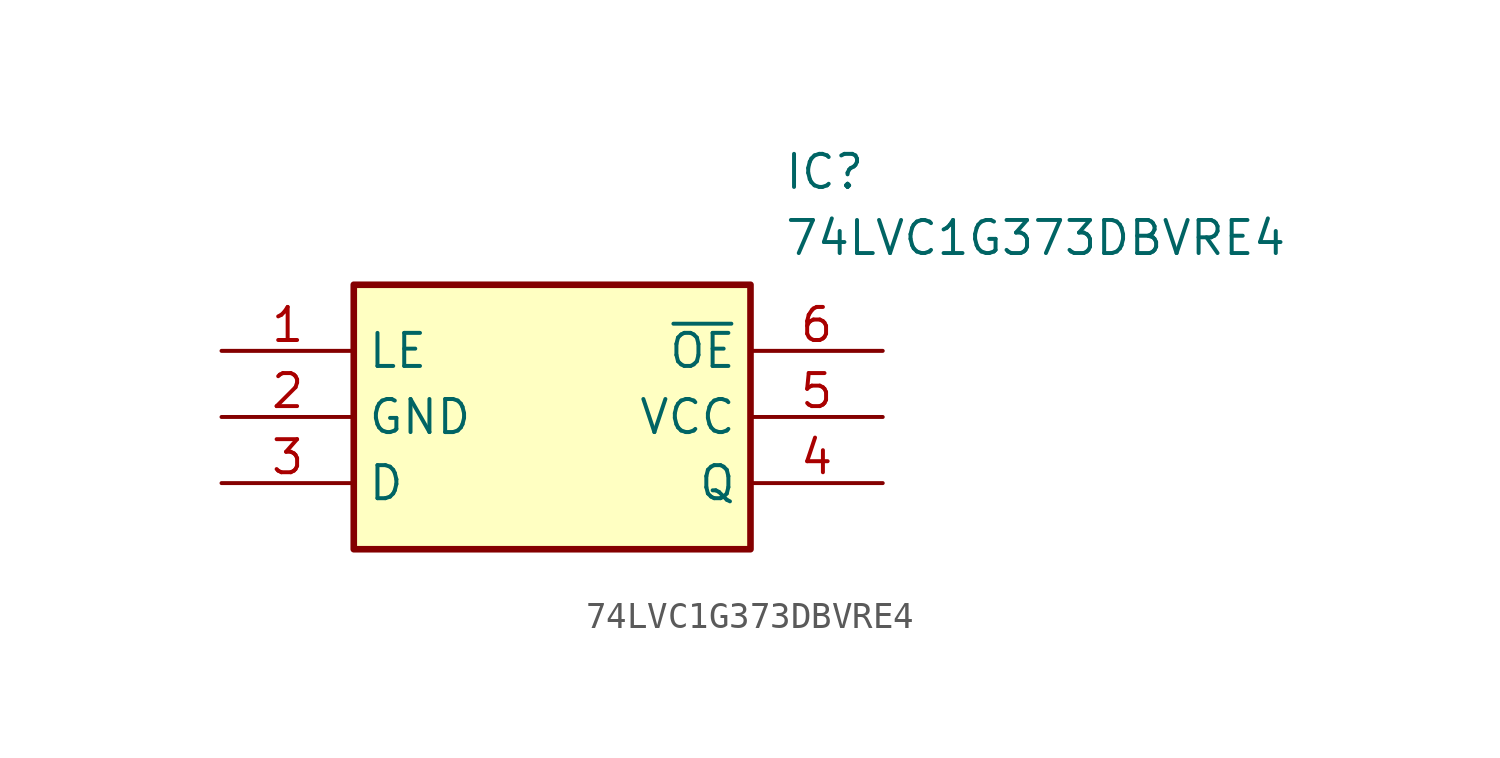
<source format=kicad_sym>
(kicad_symbol_lib
  (version 20211014)
  (generator SamacSys_ECAD_Model)
  (symbol "74LVC1G373DBVRE4"
    (property "Reference" "IC"
      (at 21.59 7.62 0)
      (effects (font (size 1.27 1.27)) (justify left top)))
    (property "Value" "74LVC1G373DBVRE4"
      (at 21.59 5.08 0)
      (effects (font (size 1.27 1.27)) (justify left top)))
    (rectangle
      (start 5.08 2.54)
      (end 20.32 -7.62)
      (stroke (width 0.254) (type default))
      (fill (type background)))
    (pin passive line
      (at 0 0 0)
      (length 5.08)
      (name "LE" (effects (font (size 1.27 1.27))))
      (number "1" (effects (font (size 1.27 1.27)))))
    (pin passive line
      (at 0 -2.54 0)
      (length 5.08)
      (name "GND" (effects (font (size 1.27 1.27))))
      (number "2" (effects (font (size 1.27 1.27)))))
    (pin passive line
      (at 0 -5.08 0)
      (length 5.08)
      (name "D" (effects (font (size 1.27 1.27))))
      (number "3" (effects (font (size 1.27 1.27)))))
    (pin passive line
      (at 25.4 0 180)
      (length 5.08)
      (name "~{OE}" (effects (font (size 1.27 1.27))))
      (number "6" (effects (font (size 1.27 1.27)))))
    (pin passive line
      (at 25.4 -2.54 180)
      (length 5.08)
      (name "VCC" (effects (font (size 1.27 1.27))))
      (number "5" (effects (font (size 1.27 1.27)))))
    (pin passive line
      (at 25.4 -5.08 180)
      (length 5.08)
      (name "Q" (effects (font (size 1.27 1.27))))
      (number "4" (effects (font (size 1.27 1.27)))))))
</source>
